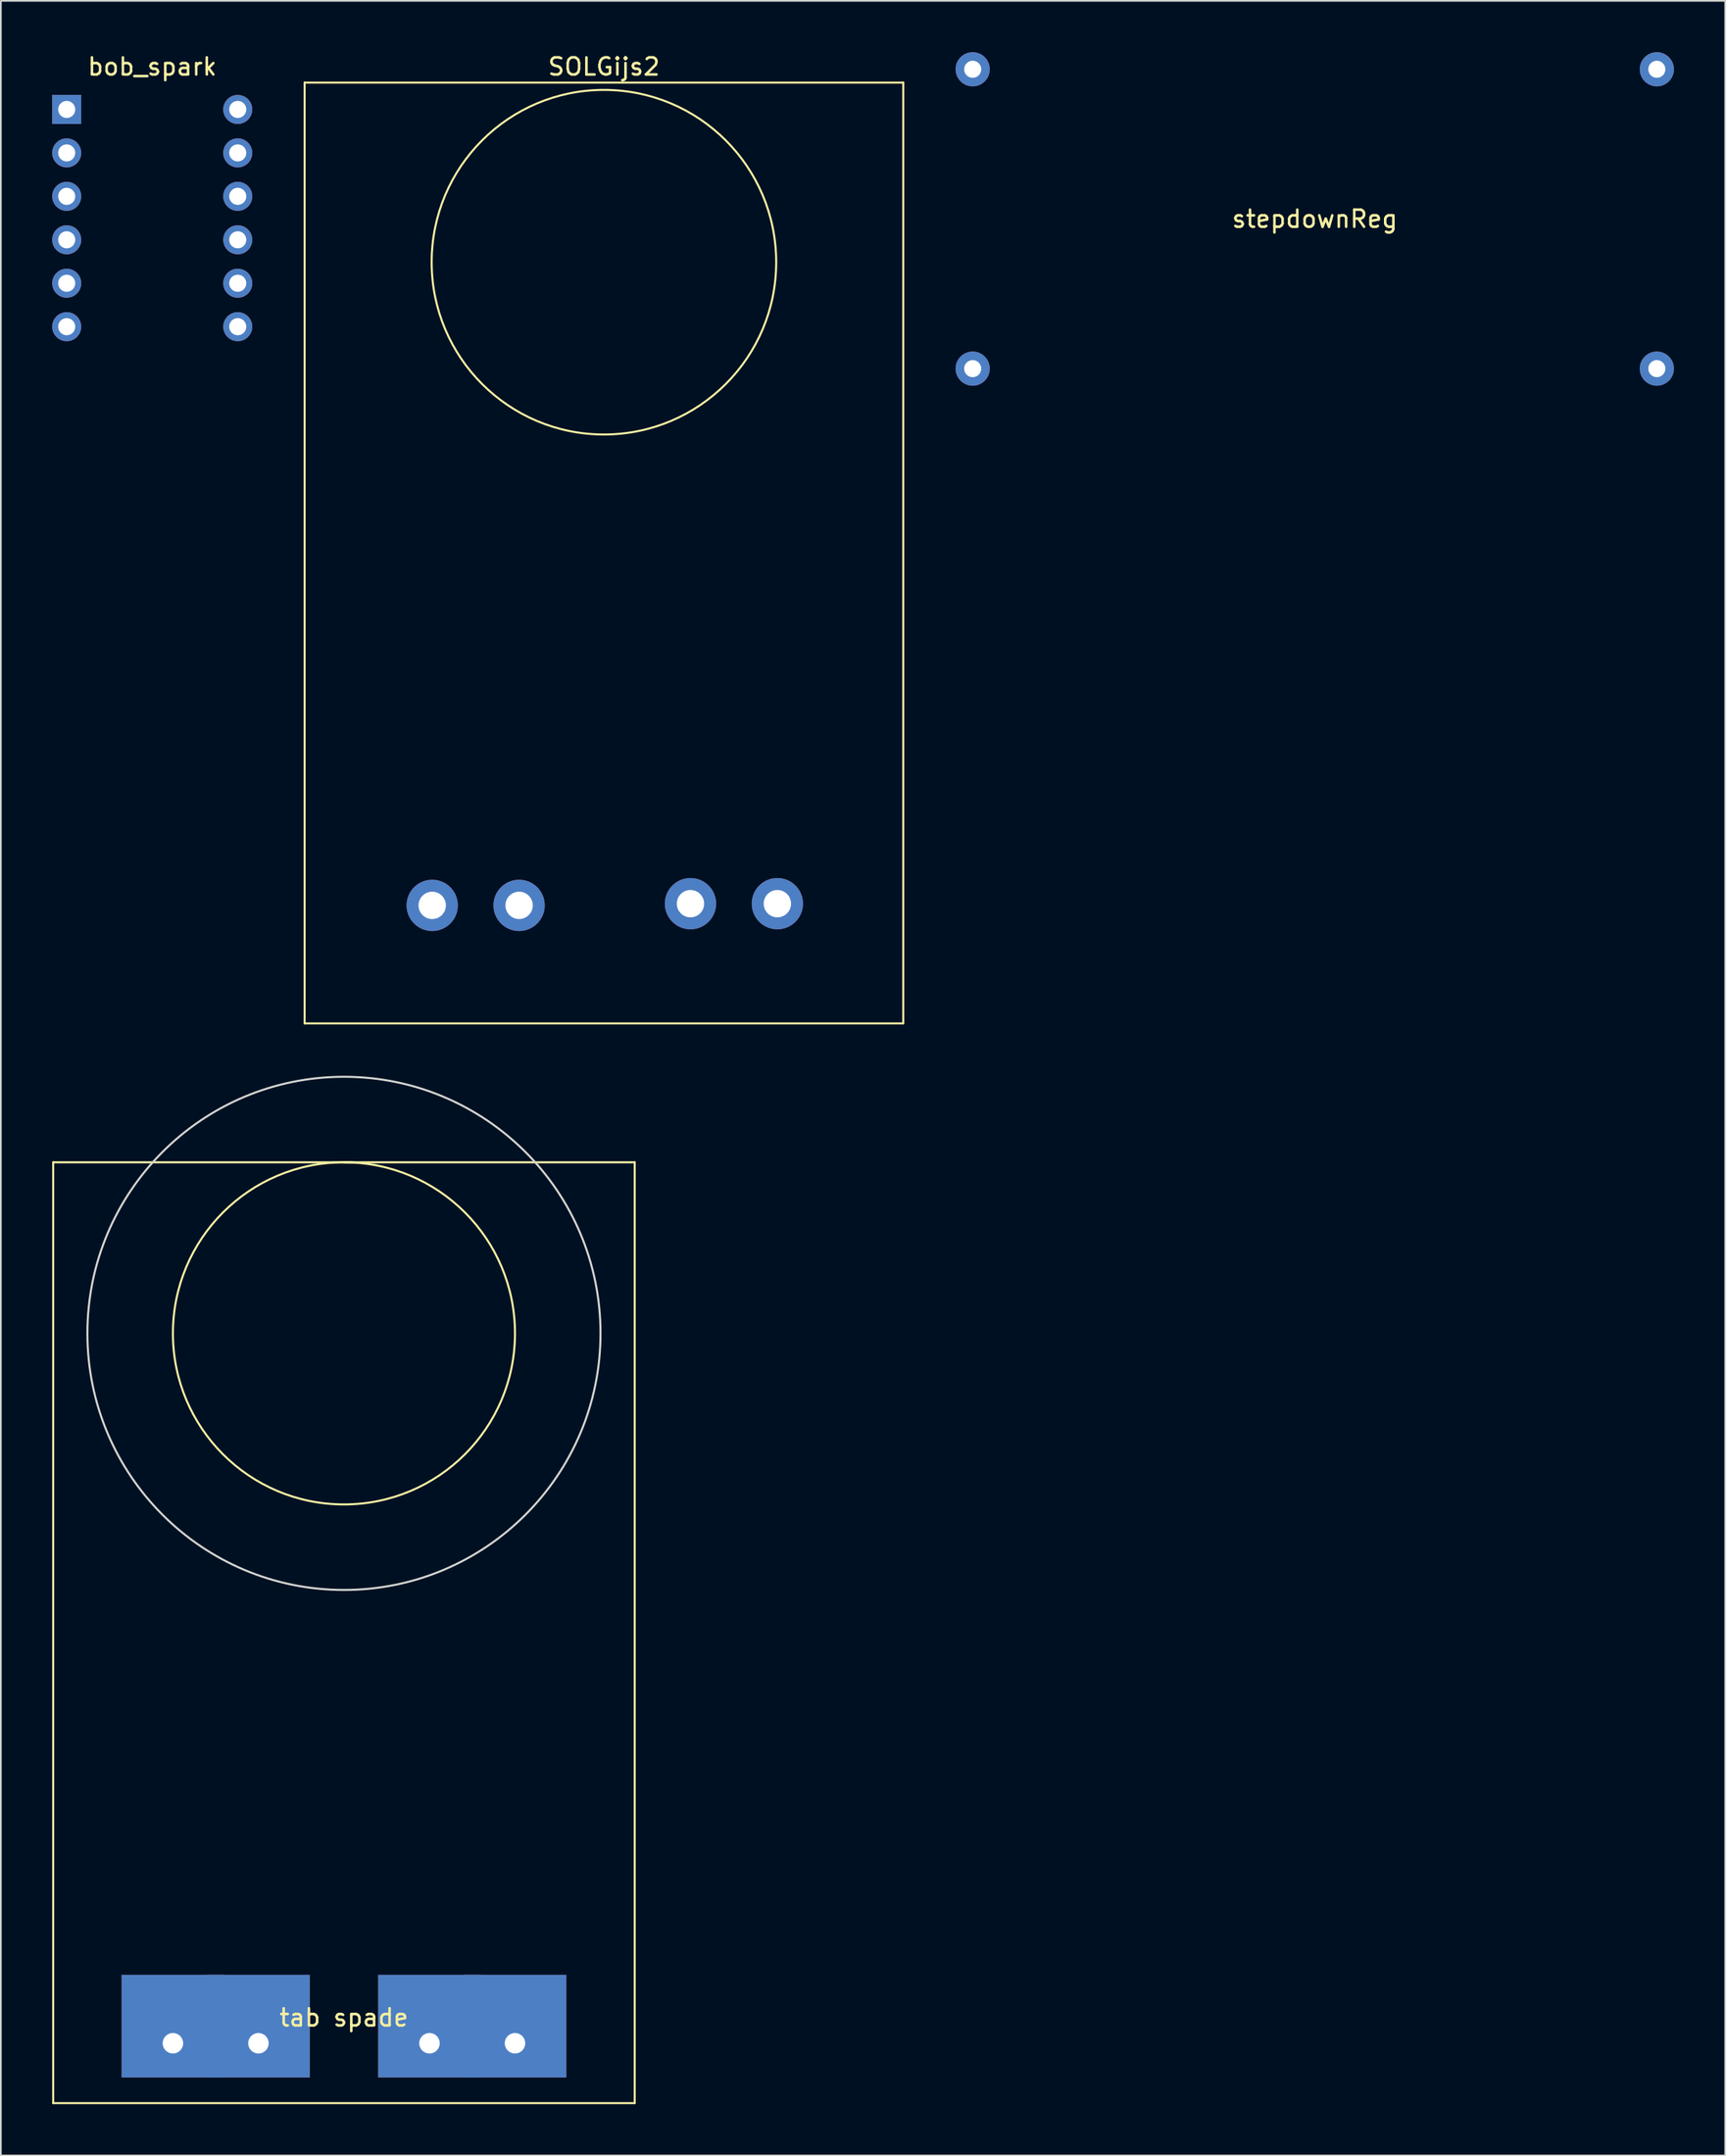
<source format=kicad_pcb>
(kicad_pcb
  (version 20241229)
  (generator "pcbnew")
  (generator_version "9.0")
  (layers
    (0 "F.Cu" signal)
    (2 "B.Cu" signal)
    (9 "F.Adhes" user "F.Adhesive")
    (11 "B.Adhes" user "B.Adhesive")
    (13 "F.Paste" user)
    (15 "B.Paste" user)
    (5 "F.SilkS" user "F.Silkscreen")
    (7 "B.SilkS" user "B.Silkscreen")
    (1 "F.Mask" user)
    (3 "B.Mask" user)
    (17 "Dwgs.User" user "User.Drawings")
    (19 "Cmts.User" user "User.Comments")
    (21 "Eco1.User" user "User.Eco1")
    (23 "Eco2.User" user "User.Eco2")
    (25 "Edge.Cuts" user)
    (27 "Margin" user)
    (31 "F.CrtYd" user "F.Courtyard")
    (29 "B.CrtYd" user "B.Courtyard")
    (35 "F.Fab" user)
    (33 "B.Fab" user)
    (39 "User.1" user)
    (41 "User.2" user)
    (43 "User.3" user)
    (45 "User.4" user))
  (footprint "SOLGijs2"
    (layer "F.Cu")
    (at 32.26 12.278)
    (property "Reference" "SOLGijs2" (at 0 -11.43 0) (layer "F.SilkS") (effects (font (size 1 1) (thickness 0.15))))
    (attr through_hole)
    (fp_line (start -17.5 -10.5) (end -17.5 44.5) (stroke (width 0.12) (type solid)) (layer "F.SilkS"))
    (fp_line (start -17.5 44.5) (end 17.5 44.5) (stroke (width 0.12) (type solid)) (layer "F.SilkS"))
    (fp_line (start 17.5 -10.5) (end -17.5 -10.5) (stroke (width 0.12) (type solid)) (layer "F.SilkS"))
    (fp_line (start 17.5 44.5) (end 17.5 -10.5) (stroke (width 0.12) (type solid)) (layer "F.SilkS"))
    (fp_circle (center 0 0) (end 9.2 4.1) (stroke (width 0.12) (type solid)) (fill no) (layer "F.SilkS"))
    (pad "1" thru_hole circle (at -10.04 37.6 180) (size 3 3) (drill 1.6) (layers "*.Cu" "*.Mask"))
    (pad "2" thru_hole circle (at -4.96 37.6) (size 3 3) (drill 1.6) (layers "*.Cu" "*.Mask"))
    (pad "3" thru_hole circle (at 5.06 37.5) (size 3 3) (drill 1.6) (layers "*.Cu" "*.Mask"))
    (pad "4" thru_hole circle (at 10.14 37.5 180) (size 3 3) (drill 1.6) (layers "*.Cu" "*.Mask")))
  (footprint "tab spade"
    (layer "F.Cu")
    (at 17.06 116.398)
    (property "Reference" "tab spade" (at 0 -1.5 0) (layer "F.SilkS") (effects (font (size 1 1) (thickness 0.15))))
    (attr through_hole)
    (fp_line (start -17 -51.5) (end 0.5 -51.5) (stroke (width 0.12) (type solid)) (layer "F.SilkS"))
    (fp_line (start -17 3.5) (end -17 -51.5) (stroke (width 0.12) (type solid)) (layer "F.SilkS"))
    (fp_line (start 0 -51.5) (end 17 -51.5) (stroke (width 0.12) (type solid)) (layer "F.SilkS"))
    (fp_line (start 17 -51.5) (end 17 3.5) (stroke (width 0.12) (type solid)) (layer "F.SilkS"))
    (fp_line (start 17 3.5) (end -17 3.5) (stroke (width 0.12) (type solid)) (layer "F.SilkS"))
    (fp_circle (center 0 -41.5) (end 10 -41.5) (stroke (width 0.12) (type solid)) (fill no) (layer "F.SilkS"))
    (fp_circle (center 0 -41.5) (end 15 -41.5) (stroke (width 0.12) (type solid)) (fill no) (layer "Edge.Cuts"))
    (pad "1" thru_hole rect (at -10 0) (size 6 6) (drill 1.2 (offset 0 -1)) (layers "*.Cu" "*.Mask"))
    (pad "2" thru_hole rect (at -5 0) (size 6 6) (drill 1.2 (offset 0 -1)) (layers "*.Cu" "*.Mask"))
    (pad "3" thru_hole rect (at 5 0) (size 6 6) (drill 1.2 (offset 0 -1)) (layers "*.Cu" "*.Mask"))
    (pad "4" thru_hole rect (at 10 0) (size 6 6) (drill 1.2 (offset 0 -1)) (layers "*.Cu" "*.Mask")))
  (footprint "bob_spark"
    (layer "F.Cu")
    (at 5.85 9.348)
    (property "Reference" "bob_spark" (at 0 -8.5 0) (layer "F.SilkS") (effects (font (size 1 1) (thickness 0.15))))
    (attr through_hole)
    (pad "1" thru_hole rect (at -5 -6) (size 1.7 1.7) (drill 1) (layers "*.Cu" "*.Mask"))
    (pad "2" thru_hole oval (at 5 -6) (size 1.7 1.7) (drill 1) (layers "*.Cu" "*.Mask"))
    (pad "3" thru_hole oval (at -5 -3.46) (size 1.7 1.7) (drill 1) (layers "*.Cu" "*.Mask"))
    (pad "4" thru_hole oval (at 5 -3.46) (size 1.7 1.7) (drill 1) (layers "*.Cu" "*.Mask"))
    (pad "5" thru_hole oval (at -5 -0.92) (size 1.7 1.7) (drill 1) (layers "*.Cu" "*.Mask"))
    (pad "6" thru_hole oval (at 5 -0.92) (size 1.7 1.7) (drill 1) (layers "*.Cu" "*.Mask"))
    (pad "7" thru_hole oval (at -5 1.62) (size 1.7 1.7) (drill 1) (layers "*.Cu" "*.Mask"))
    (pad "8" thru_hole oval (at 5 1.62) (size 1.7 1.7) (drill 1) (layers "*.Cu" "*.Mask"))
    (pad "9" thru_hole oval (at -5 4.16) (size 1.7 1.7) (drill 1) (layers "*.Cu" "*.Mask"))
    (pad "10" thru_hole oval (at 5 4.16) (size 1.7 1.7) (drill 1) (layers "*.Cu" "*.Mask"))
    (pad "11" thru_hole oval (at -5 6.7) (size 1.7 1.7) (drill 1) (layers "*.Cu" "*.Mask"))
    (pad "12" thru_hole oval (at 5 6.7) (size 1.7 1.7) (drill 1) (layers "*.Cu" "*.Mask")))
  (footprint "stepdownReg"
    (layer "F.Cu")
    (at 73.82 9.75)
    (property "Reference" "stepdownReg" (at 0 0 0) (layer "F.SilkS") (effects (font (size 1 1) (thickness 0.15))))
    (attr through_hole)
    (pad "1" thru_hole circle (at -20 -8.75) (size 2 2) (drill 1) (layers "*.Cu" "*.Mask"))
    (pad "2" thru_hole circle (at -20 8.75) (size 2 2) (drill 1) (layers "*.Cu" "*.Mask"))
    (pad "3" thru_hole circle (at 20 -8.75) (size 2 2) (drill 1) (layers "*.Cu" "*.Mask"))
    (pad "4" thru_hole circle (at 20 8.75) (size 2 2) (drill 1) (layers "*.Cu" "*.Mask")))
  (gr_rect
    (start -3 -3)
    (end 97.82 122.958)
    (stroke (width 0.1) (type default))
    (fill no)
    (layer "Edge.Cuts")))
</source>
